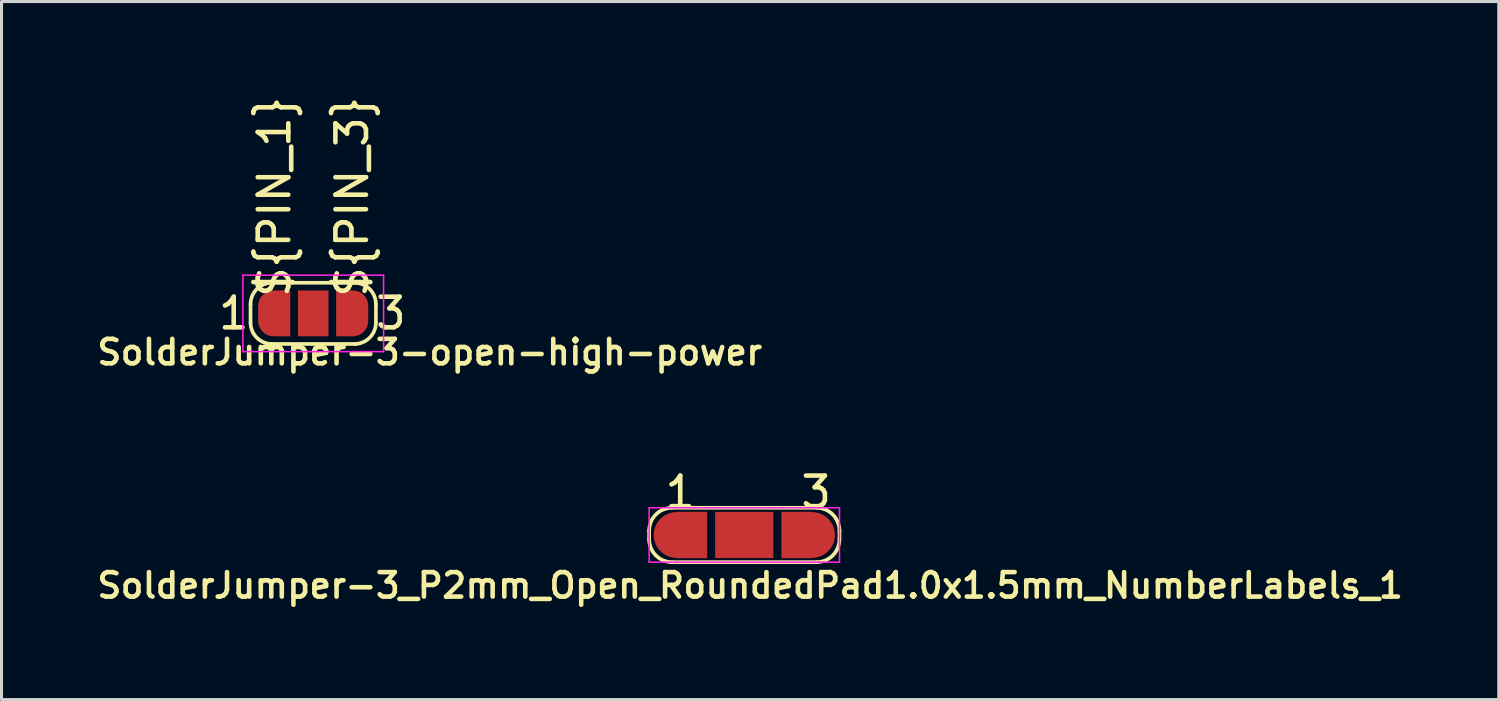
<source format=kicad_pcb>
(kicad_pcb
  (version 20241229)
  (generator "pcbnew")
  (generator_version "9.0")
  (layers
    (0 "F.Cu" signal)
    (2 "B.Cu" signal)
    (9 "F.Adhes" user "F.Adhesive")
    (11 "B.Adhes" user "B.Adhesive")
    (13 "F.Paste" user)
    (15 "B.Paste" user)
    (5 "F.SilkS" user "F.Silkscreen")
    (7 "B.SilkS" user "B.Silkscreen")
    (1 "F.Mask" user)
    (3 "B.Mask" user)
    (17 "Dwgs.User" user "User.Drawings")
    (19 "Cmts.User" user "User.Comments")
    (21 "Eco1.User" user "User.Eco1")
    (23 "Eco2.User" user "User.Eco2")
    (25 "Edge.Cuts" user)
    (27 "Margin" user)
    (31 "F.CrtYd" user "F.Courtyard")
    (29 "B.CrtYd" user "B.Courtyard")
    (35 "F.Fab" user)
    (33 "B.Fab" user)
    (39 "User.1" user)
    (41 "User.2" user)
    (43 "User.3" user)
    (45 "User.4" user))
  (footprint "SolderJumper-3-open-high-power"
    (layer "F.Cu")
    (at 7.192 7.197)
    (property "Reference" "SolderJumper-3-open-high-power" (at 3.81 1.27 0) (layer "F.SilkS") (effects (font (size 0.8 0.8) (thickness 0.15))))
    (attr exclude_from_pos_files exclude_from_bom)
    (fp_line (start -2.05 0.3) (end -2.05 -0.3) (stroke (width 0.12) (type solid)) (layer "F.SilkS"))
    (fp_line (start -1.4 -1) (end 1.4 -1) (stroke (width 0.12) (type solid)) (layer "F.SilkS"))
    (fp_line (start 1.4 1) (end -1.4 1) (stroke (width 0.12) (type solid)) (layer "F.SilkS"))
    (fp_line (start 2.05 -0.3) (end 2.05 0.3) (stroke (width 0.12) (type solid)) (layer "F.SilkS"))
    (fp_arc (start -2.05 -0.3) (mid -1.844975 -0.794975) (end -1.35 -1) (stroke (width 0.12) (type solid)) (layer "F.SilkS"))
    (fp_arc (start -1.35 1) (mid -1.844975 0.794975) (end -2.05 0.3) (stroke (width 0.12) (type solid)) (layer "F.SilkS"))
    (fp_arc (start 1.35 -1) (mid 1.844975 -0.794975) (end 2.05 -0.3) (stroke (width 0.12) (type solid)) (layer "F.SilkS"))
    (fp_arc (start 2.05 0.3) (mid 1.844975 0.794975) (end 1.35 1) (stroke (width 0.12) (type solid)) (layer "F.SilkS"))
    (fp_line (start -2.3 -1.25) (end -2.3 1.25) (stroke (width 0.05) (type solid)) (layer "F.CrtYd"))
    (fp_line (start -2.3 -1.25) (end 2.3 -1.25) (stroke (width 0.05) (type solid)) (layer "F.CrtYd"))
    (fp_line (start 2.3 1.25) (end -2.3 1.25) (stroke (width 0.05) (type solid)) (layer "F.CrtYd"))
    (fp_line (start 2.3 1.25) (end 2.3 -1.25) (stroke (width 0.05) (type solid)) (layer "F.CrtYd"))
    (fp_text user "3" (at 2.54 0 0) (layer "F.SilkS") (effects (font (size 1 1) (thickness 0.15))))
    (fp_text user "${PIN_1}" (at -1.27 -3.81 90) (layer "F.SilkS") (effects (font (size 1 1) (thickness 0.15))))
    (fp_text user "1" (at -2.6 0 0) (layer "F.SilkS") (effects (font (size 1 1) (thickness 0.15))))
    (fp_text user "${PIN_3}" (at 1.27 -3.81 90) (layer "F.SilkS") (effects (font (size 1 1) (thickness 0.15))))
    (pad "1" smd custom (at -1.3 0) (size 1 0.5) (layers "F.Cu" "F.Mask") (options (anchor rect)) (primitives (gr_circle (center 0 0.25) (end 0.5 0.25) (width 0) (fill yes)) (gr_circle (center 0 -0.25) (end 0.5 -0.25) (width 0) (fill yes)) (gr_poly (pts (xy 0.55 0.75) (xy 0 0.75) (xy 0 -0.75) (xy 0.55 -0.75)) (width 0) (fill yes))))
    (pad "2" smd rect (at 0 0) (size 1 1.5) (layers "F.Cu" "F.Mask"))
    (pad "3" smd custom (at 1.3 0) (size 1 0.5) (layers "F.Cu" "F.Mask") (options (anchor rect)) (primitives (gr_circle (center 0 0.25) (end 0.5 0.25) (width 0) (fill yes)) (gr_circle (center 0 -0.25) (end 0.5 -0.25) (width 0) (fill yes)) (gr_poly (pts (xy 0 0.75) (xy -0.55 0.75) (xy -0.55 -0.75) (xy 0 -0.75)) (width 0) (fill yes)))))
  (footprint "SolderJumper-3_P2mm_Open_RoundedPad1.0x1.5mm_NumberLabels_1"
    (layer "F.Cu")
    (at 21.224 14.443)
    (property "Reference" "SolderJumper-3_P2mm_Open_RoundedPad1.0x1.5mm_NumberLabels_1" (at 0.254 1.651 0) (layer "F.SilkS") (effects (font (size 0.8 0.8) (thickness 0.15))))
    (attr exclude_from_pos_files exclude_from_bom)
    (fp_line (start -3.048 0.139) (end -3.048 -0.139) (stroke (width 0.12) (type solid)) (layer "F.SilkS"))
    (fp_line (start -2.298 -0.889) (end 2.425 -0.889) (stroke (width 0.12) (type solid)) (layer "F.SilkS"))
    (fp_line (start 2.425 0.889) (end -2.298 0.889) (stroke (width 0.12) (type solid)) (layer "F.SilkS"))
    (fp_line (start 3.175 -0.139) (end 3.175 0.139) (stroke (width 0.12) (type solid)) (layer "F.SilkS"))
    (fp_arc (start -3.048 -0.139) (mid -2.82833 -0.66933) (end -2.298 -0.889) (stroke (width 0.12) (type default)) (layer "F.SilkS"))
    (fp_arc (start -2.298 0.889) (mid -2.82833 0.66933) (end -3.048 0.139) (stroke (width 0.12) (type default)) (layer "F.SilkS"))
    (fp_arc (start 2.425 -0.889) (mid 2.95533 -0.66933) (end 3.175 -0.139) (stroke (width 0.12) (type default)) (layer "F.SilkS"))
    (fp_arc (start 3.175 0.139) (mid 2.95533 0.66933) (end 2.425 0.889) (stroke (width 0.12) (type default)) (layer "F.SilkS"))
    (fp_line (start -3.048 -0.889) (end -3.048 0.889) (stroke (width 0.05) (type solid)) (layer "F.CrtYd"))
    (fp_line (start -3.048 -0.889) (end 3.175 -0.889) (stroke (width 0.05) (type solid)) (layer "F.CrtYd"))
    (fp_line (start 3.175 0.889) (end -3.048 0.889) (stroke (width 0.05) (type solid)) (layer "F.CrtYd"))
    (fp_line (start 3.175 0.889) (end 3.175 -0.889) (stroke (width 0.05) (type solid)) (layer "F.CrtYd"))
    (fp_text user "1" (at -2.032 -1.397 0) (layer "F.SilkS") (effects (font (size 1 1) (thickness 0.15))))
    (fp_text user "3" (at 2.413 -1.397 0) (layer "F.SilkS") (effects (font (size 1 1) (thickness 0.15))))
    (pad "1" smd custom (at -1.651 0) (size 1 1.517) (layers "F.Cu" "F.Mask") (options (anchor rect)) (primitives (gr_circle (center -0.5 0) (end 0.25 0) (width 0) (fill yes))))
    (pad "2" smd rect (at 0.063 0) (size 1.905 1.512) (layers "F.Cu" "F.Mask"))
    (pad "3" smd custom (at 1.778 0 180) (size 1 1.517) (layers "F.Cu" "F.Mask") (options (anchor rect)) (primitives (gr_circle (center -0.5 0) (end 0.25 0) (width 0) (fill yes)))))
  (gr_rect
    (start -3 -3)
    (end 45.957 19.826)
    (stroke (width 0.1) (type default))
    (fill no)
    (layer "Edge.Cuts")))
</source>
